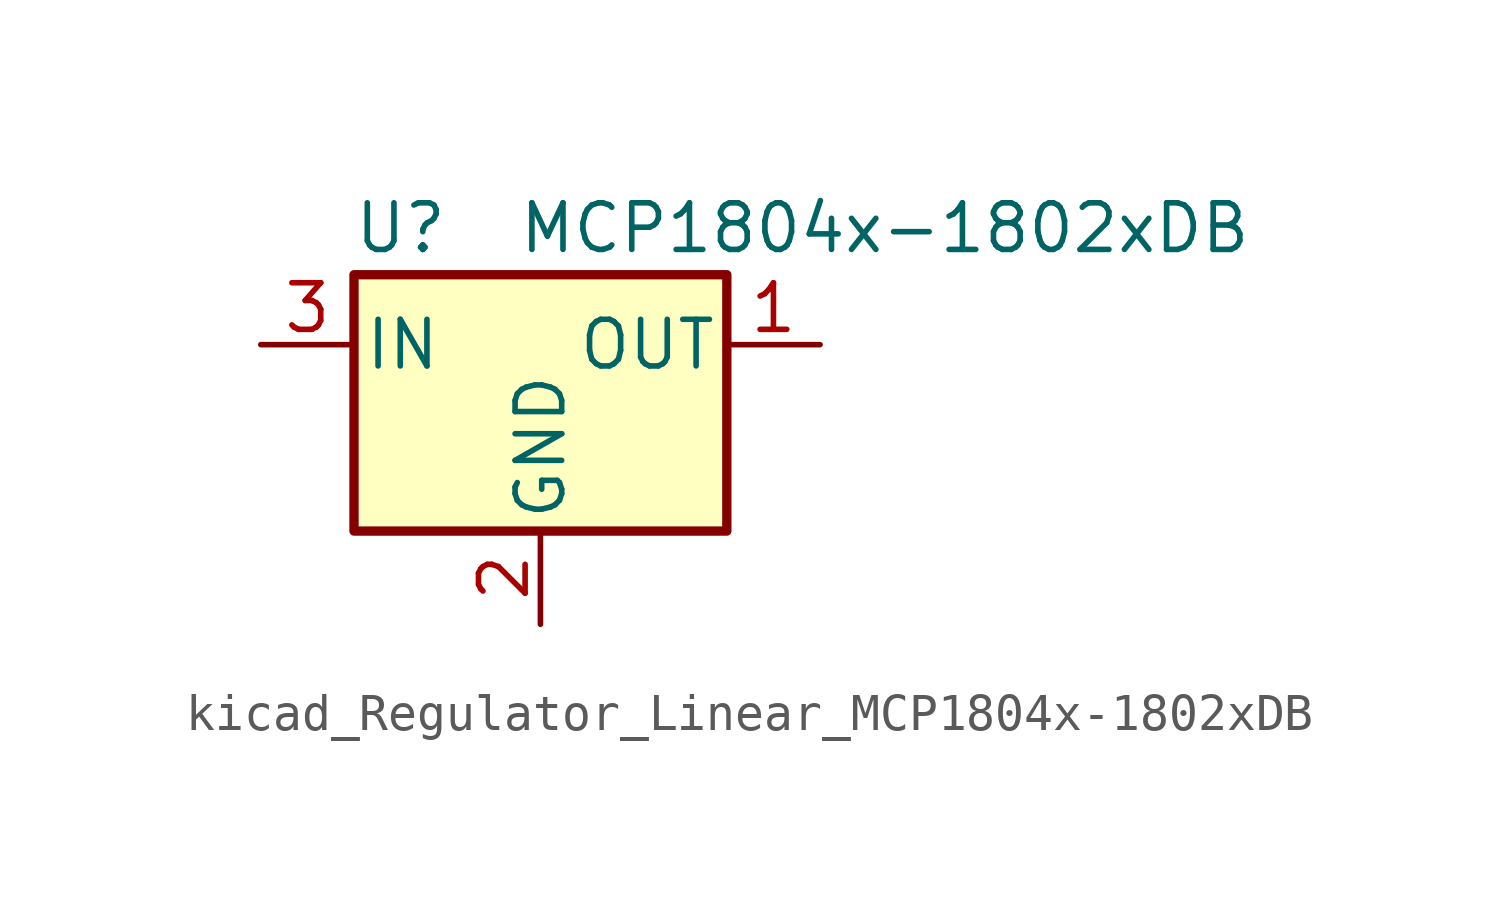
<source format=kicad_sym>
(kicad_symbol_lib
  (version 20220914)
  (generator kicad_symbol_editor)
  (symbol "kicad_Regulator_Linear_MCP1804x-1802xDB"
    (pin_names
      (offset 0.254))
    (property "Reference" "U"
      (at -3.81 3.175 0)
      (effects (font (size 1.27 1.27))))
    (property "Value" "MCP1804x-1802xDB"
      (at -0.635 3.175 0)
      (effects (font (size 1.27 1.27)) (justify left)))
    (symbol "kicad_Regulator_Linear_MCP1804x-1802xDB_0_1"
      (rectangle (start -5.08 1.905) (end 5.08 -5.08) (stroke (width 0.254) (type default)) (fill (type background))))
    (symbol "kicad_Regulator_Linear_MCP1804x-1802xDB_1_1"
      (pin power_out line (at 7.62 0 180) (length 2.54) (name "OUT" (effects (font (size 1.27 1.27)))) (number "1" (effects (font (size 1.27 1.27)))))
      (pin power_in line (at 0 -7.62 90) (length 2.54) (name "GND" (effects (font (size 1.27 1.27)))) (number "2" (effects (font (size 1.27 1.27)))))
      (pin power_in line (at -7.62 0 0) (length 2.54) (name "IN" (effects (font (size 1.27 1.27)))) (number "3" (effects (font (size 1.27 1.27))))))))
</source>
